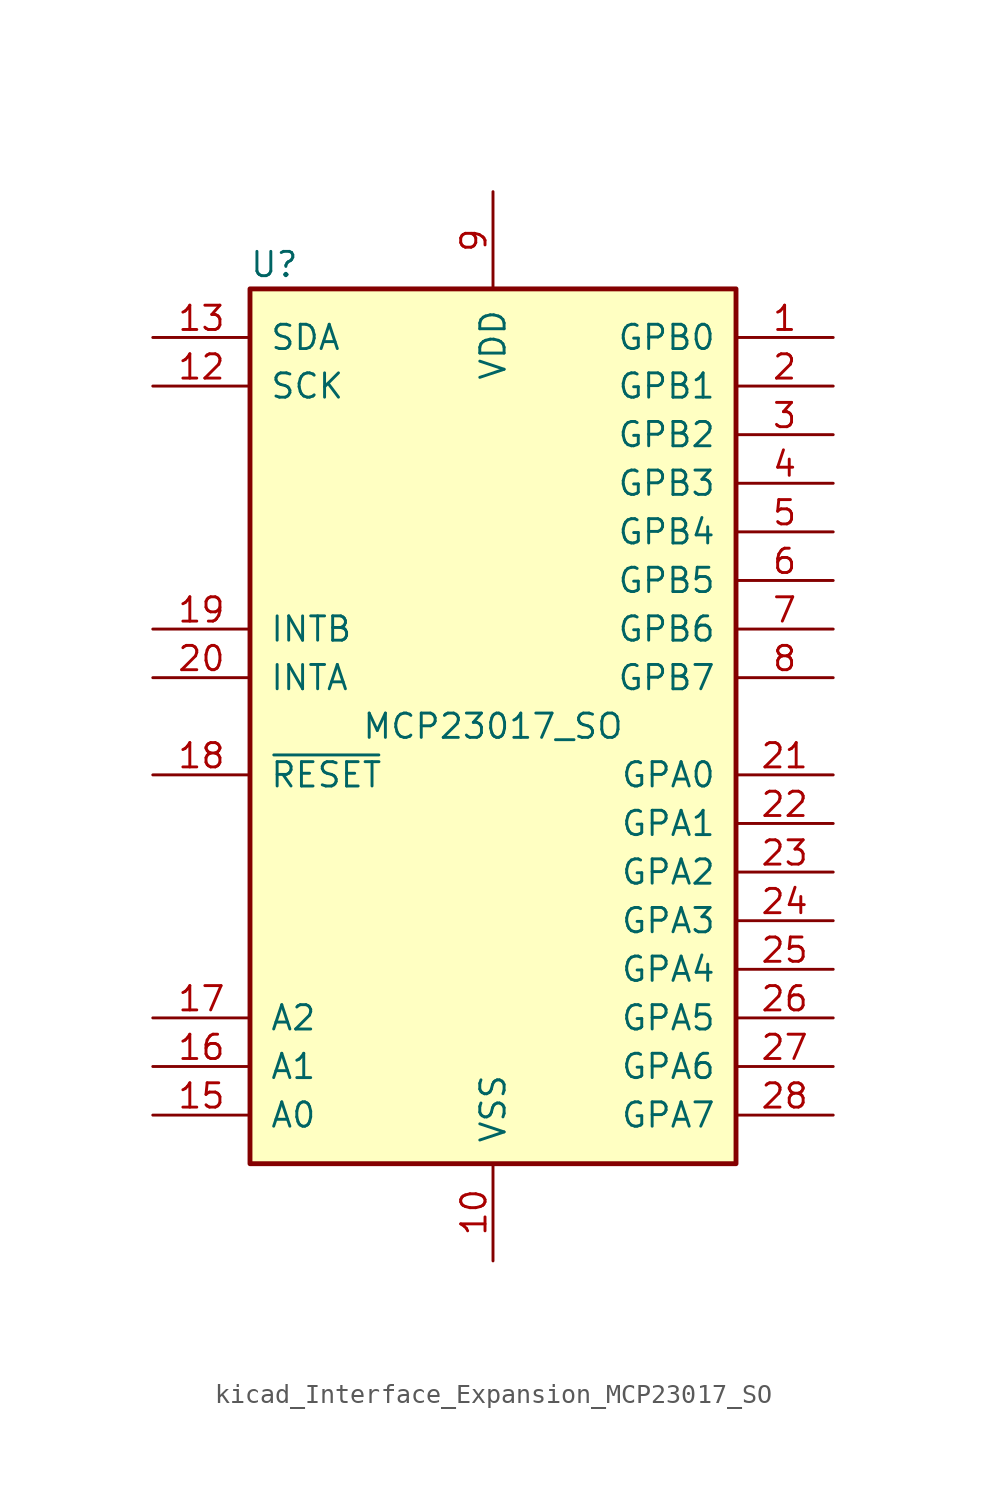
<source format=kicad_sym>
(kicad_symbol_lib
  (version 20220914)
  (generator kicad_symbol_editor)
  (symbol "kicad_Interface_Expansion_MCP23017_SO"
    (pin_names
      (offset 1.016))
    (property "Reference" "U"
      (at -11.43 24.13 0)
      (effects (font (size 1.27 1.27))))
    (property "Value" "MCP23017_SO"
      (at 0 0 0)
      (effects (font (size 1.27 1.27))))
    (symbol "kicad_Interface_Expansion_MCP23017_SO_0_1"
      (rectangle (start -12.7 22.86) (end 12.7 -22.86) (stroke (width 0.254) (type default)) (fill (type background))))
    (symbol "kicad_Interface_Expansion_MCP23017_SO_1_1"
      (pin bidirectional line (at 17.78 20.32 180) (length 5.08) (name "GPB0" (effects (font (size 1.27 1.27)))) (number "1" (effects (font (size 1.27 1.27)))))
      (pin power_in line (at 0 -27.94 90) (length 5.08) (name "VSS" (effects (font (size 1.27 1.27)))) (number "10" (effects (font (size 1.27 1.27)))))
      (pin no_connect line (at -12.7 15.24 0) (length 5.08) hide (name "NC" (effects (font (size 1.27 1.27)))) (number "11" (effects (font (size 1.27 1.27)))))
      (pin input line (at -17.78 17.78 0) (length 5.08) (name "SCK" (effects (font (size 1.27 1.27)))) (number "12" (effects (font (size 1.27 1.27)))))
      (pin bidirectional line (at -17.78 20.32 0) (length 5.08) (name "SDA" (effects (font (size 1.27 1.27)))) (number "13" (effects (font (size 1.27 1.27)))))
      (pin no_connect line (at -12.7 12.7 0) (length 5.08) hide (name "NC" (effects (font (size 1.27 1.27)))) (number "14" (effects (font (size 1.27 1.27)))))
      (pin input line (at -17.78 -20.32 0) (length 5.08) (name "A0" (effects (font (size 1.27 1.27)))) (number "15" (effects (font (size 1.27 1.27)))))
      (pin input line (at -17.78 -17.78 0) (length 5.08) (name "A1" (effects (font (size 1.27 1.27)))) (number "16" (effects (font (size 1.27 1.27)))))
      (pin input line (at -17.78 -15.24 0) (length 5.08) (name "A2" (effects (font (size 1.27 1.27)))) (number "17" (effects (font (size 1.27 1.27)))))
      (pin input line (at -17.78 -2.54 0) (length 5.08) (name "~{RESET}" (effects (font (size 1.27 1.27)))) (number "18" (effects (font (size 1.27 1.27)))))
      (pin tri_state line (at -17.78 5.08 0) (length 5.08) (name "INTB" (effects (font (size 1.27 1.27)))) (number "19" (effects (font (size 1.27 1.27)))))
      (pin bidirectional line (at 17.78 17.78 180) (length 5.08) (name "GPB1" (effects (font (size 1.27 1.27)))) (number "2" (effects (font (size 1.27 1.27)))))
      (pin tri_state line (at -17.78 2.54 0) (length 5.08) (name "INTA" (effects (font (size 1.27 1.27)))) (number "20" (effects (font (size 1.27 1.27)))))
      (pin bidirectional line (at 17.78 -2.54 180) (length 5.08) (name "GPA0" (effects (font (size 1.27 1.27)))) (number "21" (effects (font (size 1.27 1.27)))))
      (pin bidirectional line (at 17.78 -5.08 180) (length 5.08) (name "GPA1" (effects (font (size 1.27 1.27)))) (number "22" (effects (font (size 1.27 1.27)))))
      (pin bidirectional line (at 17.78 -7.62 180) (length 5.08) (name "GPA2" (effects (font (size 1.27 1.27)))) (number "23" (effects (font (size 1.27 1.27)))))
      (pin bidirectional line (at 17.78 -10.16 180) (length 5.08) (name "GPA3" (effects (font (size 1.27 1.27)))) (number "24" (effects (font (size 1.27 1.27)))))
      (pin bidirectional line (at 17.78 -12.7 180) (length 5.08) (name "GPA4" (effects (font (size 1.27 1.27)))) (number "25" (effects (font (size 1.27 1.27)))))
      (pin bidirectional line (at 17.78 -15.24 180) (length 5.08) (name "GPA5" (effects (font (size 1.27 1.27)))) (number "26" (effects (font (size 1.27 1.27)))))
      (pin bidirectional line (at 17.78 -17.78 180) (length 5.08) (name "GPA6" (effects (font (size 1.27 1.27)))) (number "27" (effects (font (size 1.27 1.27)))))
      (pin bidirectional line (at 17.78 -20.32 180) (length 5.08) (name "GPA7" (effects (font (size 1.27 1.27)))) (number "28" (effects (font (size 1.27 1.27)))))
      (pin bidirectional line (at 17.78 15.24 180) (length 5.08) (name "GPB2" (effects (font (size 1.27 1.27)))) (number "3" (effects (font (size 1.27 1.27)))))
      (pin bidirectional line (at 17.78 12.7 180) (length 5.08) (name "GPB3" (effects (font (size 1.27 1.27)))) (number "4" (effects (font (size 1.27 1.27)))))
      (pin bidirectional line (at 17.78 10.16 180) (length 5.08) (name "GPB4" (effects (font (size 1.27 1.27)))) (number "5" (effects (font (size 1.27 1.27)))))
      (pin bidirectional line (at 17.78 7.62 180) (length 5.08) (name "GPB5" (effects (font (size 1.27 1.27)))) (number "6" (effects (font (size 1.27 1.27)))))
      (pin bidirectional line (at 17.78 5.08 180) (length 5.08) (name "GPB6" (effects (font (size 1.27 1.27)))) (number "7" (effects (font (size 1.27 1.27)))))
      (pin bidirectional line (at 17.78 2.54 180) (length 5.08) (name "GPB7" (effects (font (size 1.27 1.27)))) (number "8" (effects (font (size 1.27 1.27)))))
      (pin power_in line (at 0 27.94 270) (length 5.08) (name "VDD" (effects (font (size 1.27 1.27)))) (number "9" (effects (font (size 1.27 1.27))))))))
</source>
